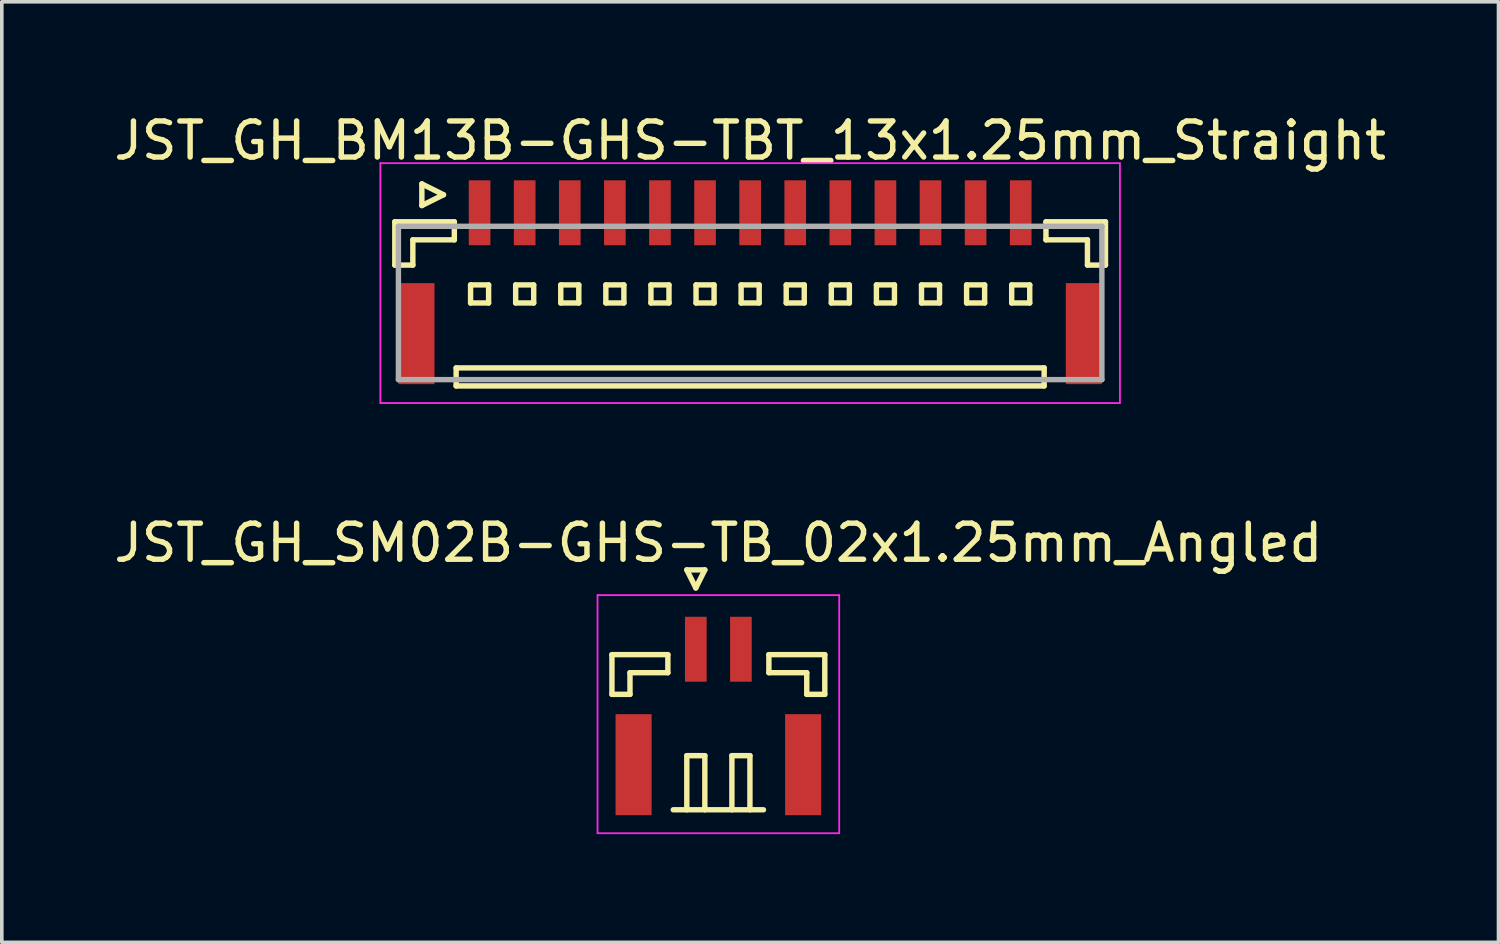
<source format=kicad_pcb>
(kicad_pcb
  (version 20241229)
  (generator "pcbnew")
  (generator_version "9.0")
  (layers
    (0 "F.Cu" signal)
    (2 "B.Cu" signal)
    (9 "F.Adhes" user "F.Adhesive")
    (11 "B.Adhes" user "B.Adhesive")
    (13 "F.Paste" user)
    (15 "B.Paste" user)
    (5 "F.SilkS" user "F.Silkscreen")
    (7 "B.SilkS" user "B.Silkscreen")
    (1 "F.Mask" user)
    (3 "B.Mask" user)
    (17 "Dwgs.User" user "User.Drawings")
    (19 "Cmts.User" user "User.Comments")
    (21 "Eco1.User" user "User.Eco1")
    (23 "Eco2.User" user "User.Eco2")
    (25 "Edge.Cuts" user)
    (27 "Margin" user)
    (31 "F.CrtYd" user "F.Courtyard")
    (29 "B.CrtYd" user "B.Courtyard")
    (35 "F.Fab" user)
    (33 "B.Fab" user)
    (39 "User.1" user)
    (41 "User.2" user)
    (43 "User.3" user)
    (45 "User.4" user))
  (footprint "JST_GH_SM02B-GHS-TB_02x1.25mm_Angled"
    (layer "F.Cu")
    (at 16.863 16.547)
    (property "Reference" "JST_GH_SM02B-GHS-TB_02x1.25mm_Angled" (at 0 -4.55 0) (layer "F.SilkS") (effects (font (size 1 1) (thickness 0.15))))
    (attr smd)
    (fp_line (start -2.95 -1.45) (end -1.4 -1.45) (stroke (width 0.15) (type solid)) (layer "F.SilkS"))
    (fp_line (start -2.95 -0.35) (end -2.95 -1.45) (stroke (width 0.15) (type solid)) (layer "F.SilkS"))
    (fp_line (start -2.45 -0.95) (end -2.45 -0.35) (stroke (width 0.15) (type solid)) (layer "F.SilkS"))
    (fp_line (start -2.45 -0.35) (end -2.95 -0.35) (stroke (width 0.15) (type solid)) (layer "F.SilkS"))
    (fp_line (start -1.4 -1.45) (end -1.4 -0.95) (stroke (width 0.15) (type solid)) (layer "F.SilkS"))
    (fp_line (start -1.4 -0.95) (end -2.45 -0.95) (stroke (width 0.15) (type solid)) (layer "F.SilkS"))
    (fp_line (start -1.25 2.85) (end 1.25 2.85) (stroke (width 0.15) (type solid)) (layer "F.SilkS"))
    (fp_line (start -0.875 -3.8) (end -0.375 -3.8) (stroke (width 0.15) (type solid)) (layer "F.SilkS"))
    (fp_line (start -0.875 1.35) (end -0.375 1.35) (stroke (width 0.15) (type solid)) (layer "F.SilkS"))
    (fp_line (start -0.875 2.85) (end -0.875 1.35) (stroke (width 0.15) (type solid)) (layer "F.SilkS"))
    (fp_line (start -0.625 -3.3) (end -0.875 -3.8) (stroke (width 0.15) (type solid)) (layer "F.SilkS"))
    (fp_line (start -0.375 -3.8) (end -0.625 -3.3) (stroke (width 0.15) (type solid)) (layer "F.SilkS"))
    (fp_line (start -0.375 1.35) (end -0.375 2.85) (stroke (width 0.15) (type solid)) (layer "F.SilkS"))
    (fp_line (start 0.375 1.35) (end 0.875 1.35) (stroke (width 0.15) (type solid)) (layer "F.SilkS"))
    (fp_line (start 0.375 2.85) (end 0.375 1.35) (stroke (width 0.15) (type solid)) (layer "F.SilkS"))
    (fp_line (start 0.875 1.35) (end 0.875 2.85) (stroke (width 0.15) (type solid)) (layer "F.SilkS"))
    (fp_line (start 1.4 -1.45) (end 1.4 -0.95) (stroke (width 0.15) (type solid)) (layer "F.SilkS"))
    (fp_line (start 1.4 -0.95) (end 2.45 -0.95) (stroke (width 0.15) (type solid)) (layer "F.SilkS"))
    (fp_line (start 2.45 -0.95) (end 2.45 -0.35) (stroke (width 0.15) (type solid)) (layer "F.SilkS"))
    (fp_line (start 2.45 -0.35) (end 2.95 -0.35) (stroke (width 0.15) (type solid)) (layer "F.SilkS"))
    (fp_line (start 2.95 -1.45) (end 1.4 -1.45) (stroke (width 0.15) (type solid)) (layer "F.SilkS"))
    (fp_line (start 2.95 -0.35) (end 2.95 -1.45) (stroke (width 0.15) (type solid)) (layer "F.SilkS"))
    (fp_line (start -3.35 -3.1) (end -3.35 3.5) (stroke (width 0.05) (type solid)) (layer "F.CrtYd"))
    (fp_line (start -3.35 3.5) (end 3.35 3.5) (stroke (width 0.05) (type solid)) (layer "F.CrtYd"))
    (fp_line (start 3.35 -3.1) (end -3.35 -3.1) (stroke (width 0.05) (type solid)) (layer "F.CrtYd"))
    (fp_line (start 3.35 3.5) (end 3.35 -3.1) (stroke (width 0.05) (type solid)) (layer "F.CrtYd"))
    (pad "" smd rect (at -2.35 1.6) (size 1 2.8) (layers "F.Cu" "F.Mask" "F.Paste"))
    (pad "" smd rect (at 2.35 1.6) (size 1 2.8) (layers "F.Cu" "F.Mask" "F.Paste"))
    (pad "1" smd rect (at -0.625 -1.6) (size 0.6 1.8) (layers "F.Cu" "F.Mask" "F.Paste"))
    (pad "2" smd rect (at 0.625 -1.6) (size 0.6 1.8) (layers "F.Cu" "F.Mask" "F.Paste")))
  (footprint "JST_GH_BM13B-GHS-TBT_13x1.25mm_Straight"
    (layer "F.Cu")
    (at 17.744 4.523)
    (property "Reference" "JST_GH_BM13B-GHS-TBT_13x1.25mm_Straight" (at 0 -3.675 0) (layer "F.SilkS") (effects (font (size 1 1) (thickness 0.15))))
    (attr smd)
    (fp_line (start -9.85 -1.425) (end -8.2 -1.425) (stroke (width 0.15) (type solid)) (layer "F.SilkS"))
    (fp_line (start -9.85 -0.225) (end -9.85 -1.425) (stroke (width 0.15) (type solid)) (layer "F.SilkS"))
    (fp_line (start -9.35 -0.925) (end -9.35 -0.225) (stroke (width 0.15) (type solid)) (layer "F.SilkS"))
    (fp_line (start -9.35 -0.225) (end -9.85 -0.225) (stroke (width 0.15) (type solid)) (layer "F.SilkS"))
    (fp_line (start -9.1 -2.475) (end -9.1 -1.875) (stroke (width 0.15) (type solid)) (layer "F.SilkS"))
    (fp_line (start -9.1 -1.875) (end -8.5 -2.175) (stroke (width 0.15) (type solid)) (layer "F.SilkS"))
    (fp_line (start -8.5 -2.175) (end -9.1 -2.475) (stroke (width 0.15) (type solid)) (layer "F.SilkS"))
    (fp_line (start -8.2 -1.425) (end -8.2 -0.925) (stroke (width 0.15) (type solid)) (layer "F.SilkS"))
    (fp_line (start -8.2 -0.925) (end -9.35 -0.925) (stroke (width 0.15) (type solid)) (layer "F.SilkS"))
    (fp_line (start -8.15 2.625) (end -8.15 3.125) (stroke (width 0.15) (type solid)) (layer "F.SilkS"))
    (fp_line (start -8.15 3.125) (end 8.15 3.125) (stroke (width 0.15) (type solid)) (layer "F.SilkS"))
    (fp_line (start -7.75 0.325) (end -7.75 0.825) (stroke (width 0.15) (type solid)) (layer "F.SilkS"))
    (fp_line (start -7.75 0.825) (end -7.25 0.825) (stroke (width 0.15) (type solid)) (layer "F.SilkS"))
    (fp_line (start -7.25 0.325) (end -7.75 0.325) (stroke (width 0.15) (type solid)) (layer "F.SilkS"))
    (fp_line (start -7.25 0.825) (end -7.25 0.325) (stroke (width 0.15) (type solid)) (layer "F.SilkS"))
    (fp_line (start -6.5 0.325) (end -6.5 0.825) (stroke (width 0.15) (type solid)) (layer "F.SilkS"))
    (fp_line (start -6.5 0.825) (end -6 0.825) (stroke (width 0.15) (type solid)) (layer "F.SilkS"))
    (fp_line (start -6 0.325) (end -6.5 0.325) (stroke (width 0.15) (type solid)) (layer "F.SilkS"))
    (fp_line (start -6 0.825) (end -6 0.325) (stroke (width 0.15) (type solid)) (layer "F.SilkS"))
    (fp_line (start -5.25 0.325) (end -5.25 0.825) (stroke (width 0.15) (type solid)) (layer "F.SilkS"))
    (fp_line (start -5.25 0.825) (end -4.75 0.825) (stroke (width 0.15) (type solid)) (layer "F.SilkS"))
    (fp_line (start -4.75 0.325) (end -5.25 0.325) (stroke (width 0.15) (type solid)) (layer "F.SilkS"))
    (fp_line (start -4.75 0.825) (end -4.75 0.325) (stroke (width 0.15) (type solid)) (layer "F.SilkS"))
    (fp_line (start -4 0.325) (end -4 0.825) (stroke (width 0.15) (type solid)) (layer "F.SilkS"))
    (fp_line (start -4 0.825) (end -3.5 0.825) (stroke (width 0.15) (type solid)) (layer "F.SilkS"))
    (fp_line (start -3.5 0.325) (end -4 0.325) (stroke (width 0.15) (type solid)) (layer "F.SilkS"))
    (fp_line (start -3.5 0.825) (end -3.5 0.325) (stroke (width 0.15) (type solid)) (layer "F.SilkS"))
    (fp_line (start -2.75 0.325) (end -2.75 0.825) (stroke (width 0.15) (type solid)) (layer "F.SilkS"))
    (fp_line (start -2.75 0.825) (end -2.25 0.825) (stroke (width 0.15) (type solid)) (layer "F.SilkS"))
    (fp_line (start -2.25 0.325) (end -2.75 0.325) (stroke (width 0.15) (type solid)) (layer "F.SilkS"))
    (fp_line (start -2.25 0.825) (end -2.25 0.325) (stroke (width 0.15) (type solid)) (layer "F.SilkS"))
    (fp_line (start -1.5 0.325) (end -1.5 0.825) (stroke (width 0.15) (type solid)) (layer "F.SilkS"))
    (fp_line (start -1.5 0.825) (end -1 0.825) (stroke (width 0.15) (type solid)) (layer "F.SilkS"))
    (fp_line (start -1 0.325) (end -1.5 0.325) (stroke (width 0.15) (type solid)) (layer "F.SilkS"))
    (fp_line (start -1 0.825) (end -1 0.325) (stroke (width 0.15) (type solid)) (layer "F.SilkS"))
    (fp_line (start -0.25 0.325) (end -0.25 0.825) (stroke (width 0.15) (type solid)) (layer "F.SilkS"))
    (fp_line (start -0.25 0.825) (end 0.25 0.825) (stroke (width 0.15) (type solid)) (layer "F.SilkS"))
    (fp_line (start 0.25 0.325) (end -0.25 0.325) (stroke (width 0.15) (type solid)) (layer "F.SilkS"))
    (fp_line (start 0.25 0.825) (end 0.25 0.325) (stroke (width 0.15) (type solid)) (layer "F.SilkS"))
    (fp_line (start 1 0.325) (end 1 0.825) (stroke (width 0.15) (type solid)) (layer "F.SilkS"))
    (fp_line (start 1 0.825) (end 1.5 0.825) (stroke (width 0.15) (type solid)) (layer "F.SilkS"))
    (fp_line (start 1.5 0.325) (end 1 0.325) (stroke (width 0.15) (type solid)) (layer "F.SilkS"))
    (fp_line (start 1.5 0.825) (end 1.5 0.325) (stroke (width 0.15) (type solid)) (layer "F.SilkS"))
    (fp_line (start 2.25 0.325) (end 2.25 0.825) (stroke (width 0.15) (type solid)) (layer "F.SilkS"))
    (fp_line (start 2.25 0.825) (end 2.75 0.825) (stroke (width 0.15) (type solid)) (layer "F.SilkS"))
    (fp_line (start 2.75 0.325) (end 2.25 0.325) (stroke (width 0.15) (type solid)) (layer "F.SilkS"))
    (fp_line (start 2.75 0.825) (end 2.75 0.325) (stroke (width 0.15) (type solid)) (layer "F.SilkS"))
    (fp_line (start 3.5 0.325) (end 3.5 0.825) (stroke (width 0.15) (type solid)) (layer "F.SilkS"))
    (fp_line (start 3.5 0.825) (end 4 0.825) (stroke (width 0.15) (type solid)) (layer "F.SilkS"))
    (fp_line (start 4 0.325) (end 3.5 0.325) (stroke (width 0.15) (type solid)) (layer "F.SilkS"))
    (fp_line (start 4 0.825) (end 4 0.325) (stroke (width 0.15) (type solid)) (layer "F.SilkS"))
    (fp_line (start 4.75 0.325) (end 4.75 0.825) (stroke (width 0.15) (type solid)) (layer "F.SilkS"))
    (fp_line (start 4.75 0.825) (end 5.25 0.825) (stroke (width 0.15) (type solid)) (layer "F.SilkS"))
    (fp_line (start 5.25 0.325) (end 4.75 0.325) (stroke (width 0.15) (type solid)) (layer "F.SilkS"))
    (fp_line (start 5.25 0.825) (end 5.25 0.325) (stroke (width 0.15) (type solid)) (layer "F.SilkS"))
    (fp_line (start 6 0.325) (end 6 0.825) (stroke (width 0.15) (type solid)) (layer "F.SilkS"))
    (fp_line (start 6 0.825) (end 6.5 0.825) (stroke (width 0.15) (type solid)) (layer "F.SilkS"))
    (fp_line (start 6.5 0.325) (end 6 0.325) (stroke (width 0.15) (type solid)) (layer "F.SilkS"))
    (fp_line (start 6.5 0.825) (end 6.5 0.325) (stroke (width 0.15) (type solid)) (layer "F.SilkS"))
    (fp_line (start 7.25 0.325) (end 7.25 0.825) (stroke (width 0.15) (type solid)) (layer "F.SilkS"))
    (fp_line (start 7.25 0.825) (end 7.75 0.825) (stroke (width 0.15) (type solid)) (layer "F.SilkS"))
    (fp_line (start 7.75 0.325) (end 7.25 0.325) (stroke (width 0.15) (type solid)) (layer "F.SilkS"))
    (fp_line (start 7.75 0.825) (end 7.75 0.325) (stroke (width 0.15) (type solid)) (layer "F.SilkS"))
    (fp_line (start 8.15 2.625) (end -8.15 2.625) (stroke (width 0.15) (type solid)) (layer "F.SilkS"))
    (fp_line (start 8.15 3.125) (end 8.15 2.625) (stroke (width 0.15) (type solid)) (layer "F.SilkS"))
    (fp_line (start 8.2 -1.425) (end 8.2 -0.925) (stroke (width 0.15) (type solid)) (layer "F.SilkS"))
    (fp_line (start 8.2 -0.925) (end 9.35 -0.925) (stroke (width 0.15) (type solid)) (layer "F.SilkS"))
    (fp_line (start 9.35 -0.925) (end 9.35 -0.225) (stroke (width 0.15) (type solid)) (layer "F.SilkS"))
    (fp_line (start 9.35 -0.225) (end 9.85 -0.225) (stroke (width 0.15) (type solid)) (layer "F.SilkS"))
    (fp_line (start 9.85 -1.425) (end 8.2 -1.425) (stroke (width 0.15) (type solid)) (layer "F.SilkS"))
    (fp_line (start 9.85 -0.225) (end 9.85 -1.425) (stroke (width 0.15) (type solid)) (layer "F.SilkS"))
    (fp_line (start -10.25 -3.05) (end -10.25 3.6) (stroke (width 0.05) (type solid)) (layer "F.CrtYd"))
    (fp_line (start -10.25 3.6) (end 10.25 3.6) (stroke (width 0.05) (type solid)) (layer "F.CrtYd"))
    (fp_line (start 10.25 -3.05) (end -10.25 -3.05) (stroke (width 0.05) (type solid)) (layer "F.CrtYd"))
    (fp_line (start 10.25 3.6) (end 10.25 -3.05) (stroke (width 0.05) (type solid)) (layer "F.CrtYd"))
    (fp_line (start -9.75 -1.3) (end -9.75 2.95) (stroke (width 0.15) (type solid)) (layer "F.Fab"))
    (fp_line (start -9.75 2.95) (end 9.75 2.95) (stroke (width 0.15) (type solid)) (layer "F.Fab"))
    (fp_line (start 9.75 -1.3) (end -9.75 -1.3) (stroke (width 0.15) (type solid)) (layer "F.Fab"))
    (fp_line (start 9.75 2.95) (end 9.75 -1.3) (stroke (width 0.15) (type solid)) (layer "F.Fab"))
    (pad "" smd rect (at -9.25 1.675) (size 1 2.8) (layers "F.Cu" "F.Mask" "F.Paste"))
    (pad "" smd rect (at 9.25 1.675) (size 1 2.8) (layers "F.Cu" "F.Mask" "F.Paste"))
    (pad "1" smd rect (at -7.5 -1.675) (size 0.6 1.8) (layers "F.Cu" "F.Mask" "F.Paste"))
    (pad "2" smd rect (at -6.25 -1.675) (size 0.6 1.8) (layers "F.Cu" "F.Mask" "F.Paste"))
    (pad "3" smd rect (at -5 -1.675) (size 0.6 1.8) (layers "F.Cu" "F.Mask" "F.Paste"))
    (pad "4" smd rect (at -3.75 -1.675) (size 0.6 1.8) (layers "F.Cu" "F.Mask" "F.Paste"))
    (pad "5" smd rect (at -2.5 -1.675) (size 0.6 1.8) (layers "F.Cu" "F.Mask" "F.Paste"))
    (pad "6" smd rect (at -1.25 -1.675) (size 0.6 1.8) (layers "F.Cu" "F.Mask" "F.Paste"))
    (pad "7" smd rect (at 0 -1.675) (size 0.6 1.8) (layers "F.Cu" "F.Mask" "F.Paste"))
    (pad "8" smd rect (at 1.25 -1.675) (size 0.6 1.8) (layers "F.Cu" "F.Mask" "F.Paste"))
    (pad "9" smd rect (at 2.5 -1.675) (size 0.6 1.8) (layers "F.Cu" "F.Mask" "F.Paste"))
    (pad "10" smd rect (at 3.75 -1.675) (size 0.6 1.8) (layers "F.Cu" "F.Mask" "F.Paste"))
    (pad "11" smd rect (at 5 -1.675) (size 0.6 1.8) (layers "F.Cu" "F.Mask" "F.Paste"))
    (pad "12" smd rect (at 6.25 -1.675) (size 0.6 1.8) (layers "F.Cu" "F.Mask" "F.Paste"))
    (pad "13" smd rect (at 7.5 -1.675) (size 0.6 1.8) (layers "F.Cu" "F.Mask" "F.Paste")))
  (gr_rect
    (start -3 -3)
    (end 38.488 23.072)
    (stroke (width 0.1) (type default))
    (fill no)
    (layer "Edge.Cuts")))
</source>
